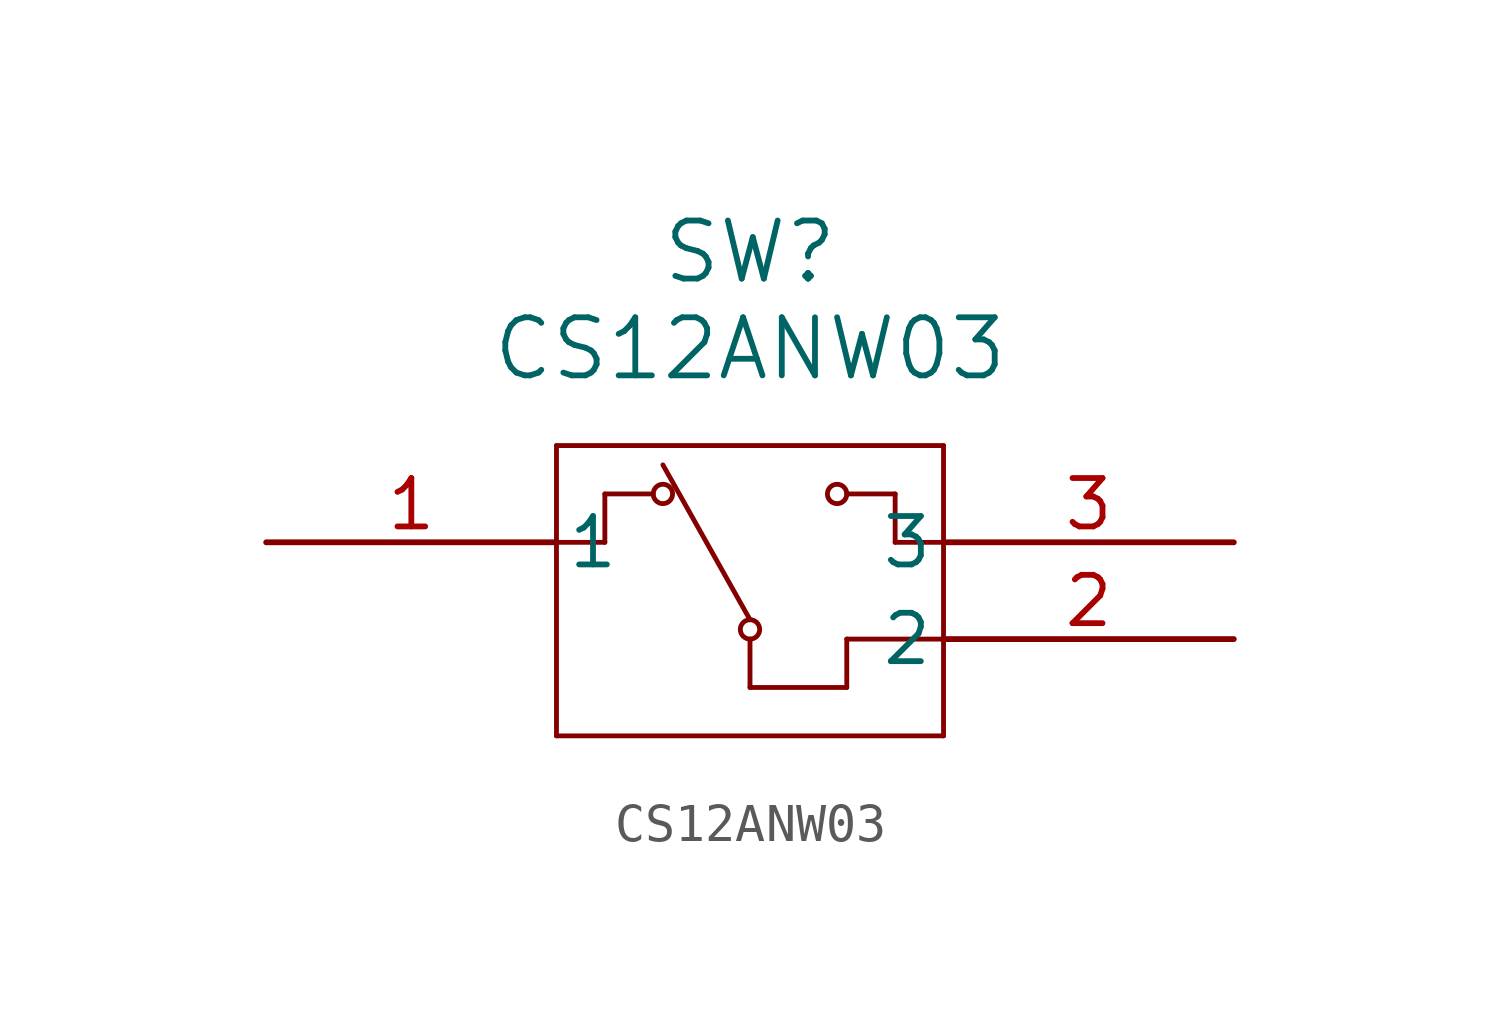
<source format=kicad_sym>
(kicad_symbol_lib
  (version 20211014)
  (generator kicad_symbol_editor)
  (symbol "CS12ANW03"
    (pin_names
      (offset 0.254))
    (property "Reference" "SW"
      (at 12.7 7.62 0)
      (effects (font (size 1.524 1.524))))
    (property "Value" "CS12ANW03"
      (at 12.7 5.08 0)
      (effects (font (size 1.524 1.524))))
    (symbol "CS12ANW03_0_1"
      (polyline (pts (xy 7.62 2.54) (xy 7.62 -5.08)) (stroke (width 0.127) (type default) (color 0 0 0 0)) (fill (type none)))
      (polyline (pts (xy 7.62 -5.08) (xy 17.78 -5.08)) (stroke (width 0.127) (type default) (color 0 0 0 0)) (fill (type none)))
      (polyline (pts (xy 17.78 -5.08) (xy 17.78 2.54)) (stroke (width 0.127) (type default) (color 0 0 0 0)) (fill (type none)))
      (polyline (pts (xy 17.78 2.54) (xy 7.62 2.54)) (stroke (width 0.127) (type default) (color 0 0 0 0)) (fill (type none)))
      (polyline (pts (xy 8.89 1.27) (xy 10.16 1.27)) (stroke (width 0.127) (type default) (color 0 0 0 0)) (fill (type none)))
      (polyline (pts (xy 16.51 0) (xy 17.78 0)) (stroke (width 0.127) (type default) (color 0 0 0 0)) (fill (type none)))
      (polyline (pts (xy 17.78 -2.54) (xy 15.24 -2.54)) (stroke (width 0.127) (type default) (color 0 0 0 0)) (fill (type none)))
      (polyline (pts (xy 15.24 -2.54) (xy 15.24 -3.81)) (stroke (width 0.127) (type default) (color 0 0 0 0)) (fill (type none)))
      (polyline (pts (xy 15.24 -3.81) (xy 12.7 -3.81)) (stroke (width 0.127) (type default) (color 0 0 0 0)) (fill (type none)))
      (polyline (pts (xy 12.7 -3.81) (xy 12.7 -2.54)) (stroke (width 0.127) (type default) (color 0 0 0 0)) (fill (type none)))
      (circle (center 10.414 1.27) (radius 0.254) (stroke (width 0.127) (type default) (color 0 0 0 0)) (fill (type none)))
      (circle (center 14.986 1.27) (radius 0.254) (stroke (width 0.127) (type default) (color 0 0 0 0)) (fill (type none)))
      (circle (center 12.7 -2.286) (radius 0.254) (stroke (width 0.127) (type default) (color 0 0 0 0)) (fill (type none)))
      (polyline (pts (xy 12.7 -2.032) (xy 10.414 2.032)) (stroke (width 0.127) (type default) (color 0 0 0 0)) (fill (type none)))
      (polyline (pts (xy 7.62 0) (xy 8.89 0)) (stroke (width 0.127) (type default) (color 0 0 0 0)) (fill (type none)))
      (polyline (pts (xy 8.89 0) (xy 8.89 1.27)) (stroke (width 0.127) (type default) (color 0 0 0 0)) (fill (type none)))
      (polyline (pts (xy 15.24 1.27) (xy 16.51 1.27)) (stroke (width 0.127) (type default) (color 0 0 0 0)) (fill (type none)))
      (polyline (pts (xy 16.51 1.27) (xy 16.51 0)) (stroke (width 0.127) (type default) (color 0 0 0 0)) (fill (type none)))
      (pin unspecified line (at 0 0 0) (length 7.62) (name "1" (effects (font (size 1.27 1.27)))) (number "1" (effects (font (size 1.27 1.27)))))
      (pin unspecified line (at 25.4 -2.54 180) (length 7.62) (name "2" (effects (font (size 1.27 1.27)))) (number "2" (effects (font (size 1.27 1.27)))))
      (pin unspecified line (at 25.4 0 180) (length 7.62) (name "3" (effects (font (size 1.27 1.27)))) (number "3" (effects (font (size 1.27 1.27))))))))
</source>
